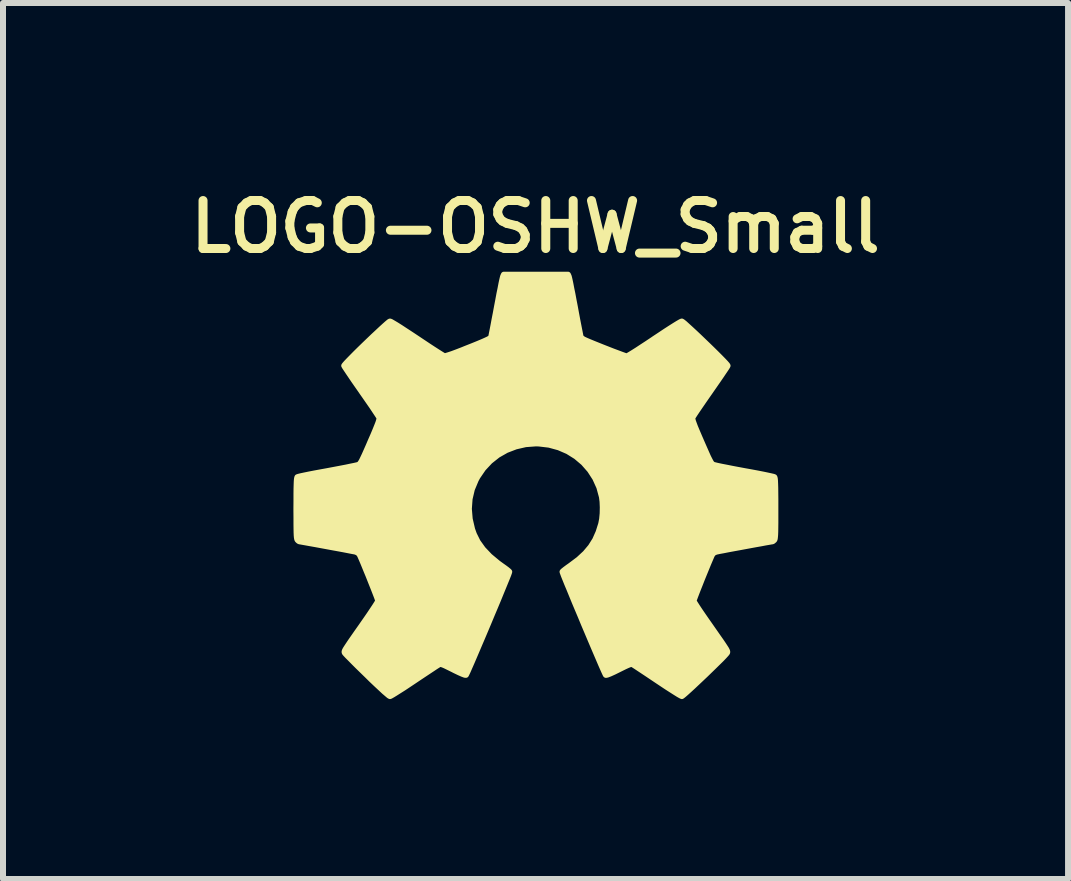
<source format=kicad_pcb>
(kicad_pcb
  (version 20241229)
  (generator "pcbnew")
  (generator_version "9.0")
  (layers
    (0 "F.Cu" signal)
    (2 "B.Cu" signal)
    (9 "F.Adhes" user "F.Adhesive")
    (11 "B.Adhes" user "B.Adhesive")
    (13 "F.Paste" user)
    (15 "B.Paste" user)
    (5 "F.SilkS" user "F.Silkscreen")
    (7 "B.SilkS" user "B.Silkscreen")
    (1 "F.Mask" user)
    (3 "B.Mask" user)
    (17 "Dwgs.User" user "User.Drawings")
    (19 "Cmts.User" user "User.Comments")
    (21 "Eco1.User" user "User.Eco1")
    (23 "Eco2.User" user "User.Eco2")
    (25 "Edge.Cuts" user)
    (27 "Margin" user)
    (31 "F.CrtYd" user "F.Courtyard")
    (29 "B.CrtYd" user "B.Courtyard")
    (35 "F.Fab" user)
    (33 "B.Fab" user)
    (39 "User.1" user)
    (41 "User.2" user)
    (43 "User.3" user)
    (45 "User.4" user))
  (footprint "LOGO-OSHW_Small"
    (layer "F.Cu")
    (at 5.878 5.049)
    (property "Reference" "LOGO-OSHW_Small" (at 0 -4.318 0) (layer "F.SilkS") (effects (font (size 0.8 0.8) (thickness 0.15))))
    (attr through_hole)
    (fp_poly (pts (xy 3.999 0.378) (xy 3.999 0.509) (xy 3.999 0.616) (xy 3.998 0.701) (xy 3.997 0.768) (xy 3.995 0.818) (xy 3.992 0.854) (xy 3.989 0.879) (xy 3.985 0.895) (xy 3.979 0.904) (xy 3.978 0.905) (xy 3.958 0.922) (xy 3.949 0.926) (xy 3.933 0.928) (xy 3.894 0.935) (xy 3.835 0.945) (xy 3.762 0.959) (xy 3.677 0.974) (xy 3.584 0.991) (xy 3.487 1.009) (xy 3.39 1.027) (xy 3.296 1.044) (xy 3.21 1.06) (xy 3.134 1.075) (xy 3.073 1.086) (xy 3.031 1.095) (xy 3.011 1.099) (xy 2.968 1.118) (xy 2.941 1.154) (xy 2.941 1.154) (xy 2.926 1.189) (xy 2.904 1.24) (xy 2.876 1.306) (xy 2.845 1.382) (xy 2.811 1.465) (xy 2.776 1.551) (xy 2.743 1.635) (xy 2.711 1.715) (xy 2.683 1.787) (xy 2.66 1.847) (xy 2.644 1.891) (xy 2.635 1.916) (xy 2.635 1.919) (xy 2.642 1.935) (xy 2.663 1.969) (xy 2.696 2.021) (xy 2.739 2.086) (xy 2.791 2.162) (xy 2.849 2.246) (xy 2.903 2.323) (xy 2.979 2.432) (xy 3.041 2.521) (xy 3.091 2.592) (xy 3.129 2.648) (xy 3.157 2.691) (xy 3.177 2.722) (xy 3.189 2.745) (xy 3.195 2.76) (xy 3.197 2.771) (xy 3.195 2.779) (xy 3.191 2.787) (xy 3.19 2.788) (xy 3.175 2.806) (xy 3.144 2.84) (xy 3.1 2.886) (xy 3.044 2.941) (xy 2.979 3.005) (xy 2.909 3.073) (xy 2.836 3.144) (xy 2.761 3.215) (xy 2.689 3.283) (xy 2.621 3.347) (xy 2.56 3.403) (xy 2.509 3.449) (xy 2.47 3.483) (xy 2.446 3.502) (xy 2.44 3.506) (xy 2.423 3.498) (xy 2.387 3.478) (xy 2.334 3.445) (xy 2.268 3.403) (xy 2.19 3.353) (xy 2.104 3.296) (xy 2.035 3.25) (xy 1.944 3.189) (xy 1.859 3.132) (xy 1.782 3.081) (xy 1.717 3.038) (xy 1.667 3.005) (xy 1.634 2.984) (xy 1.622 2.977) (xy 1.609 2.972) (xy 1.592 2.971) (xy 1.57 2.977) (xy 1.537 2.99) (xy 1.489 3.012) (xy 1.424 3.044) (xy 1.388 3.062) (xy 1.307 3.102) (xy 1.243 3.131) (xy 1.199 3.148) (xy 1.176 3.153) (xy 1.173 3.152) (xy 1.165 3.137) (xy 1.148 3.1) (xy 1.123 3.044) (xy 1.091 2.971) (xy 1.053 2.882) (xy 1.01 2.782) (xy 0.963 2.672) (xy 0.913 2.554) (xy 0.861 2.431) (xy 0.808 2.306) (xy 0.756 2.18) (xy 0.704 2.057) (xy 0.654 1.938) (xy 0.608 1.826) (xy 0.566 1.723) (xy 0.528 1.633) (xy 0.497 1.556) (xy 0.473 1.496) (xy 0.458 1.455) (xy 0.451 1.436) (xy 0.451 1.434) (xy 0.464 1.421) (xy 0.494 1.397) (xy 0.537 1.365) (xy 0.585 1.331) (xy 0.721 1.229) (xy 0.832 1.126) (xy 0.922 1.019) (xy 0.995 0.903) (xy 1.052 0.774) (xy 1.096 0.635) (xy 1.111 0.556) (xy 1.12 0.461) (xy 1.122 0.36) (xy 1.118 0.264) (xy 1.108 0.185) (xy 1.064 0.023) (xy 0.996 -0.127) (xy 0.908 -0.263) (xy 0.801 -0.385) (xy 0.677 -0.49) (xy 0.539 -0.576) (xy 0.389 -0.641) (xy 0.228 -0.685) (xy 0.059 -0.705) (xy 0.007 -0.707) (xy -0.165 -0.694) (xy -0.33 -0.656) (xy -0.486 -0.596) (xy -0.63 -0.514) (xy -0.76 -0.411) (xy -0.873 -0.29) (xy -0.968 -0.151) (xy -0.996 -0.099) (xy -1.061 0.057) (xy -1.099 0.218) (xy -1.111 0.385) (xy -1.097 0.554) (xy -1.057 0.726) (xy -1.027 0.81) (xy -0.965 0.935) (xy -0.877 1.058) (xy -0.764 1.177) (xy -0.627 1.291) (xy -0.572 1.331) (xy -0.521 1.367) (xy -0.478 1.399) (xy -0.449 1.423) (xy -0.438 1.434) (xy -0.442 1.448) (xy -0.455 1.485) (xy -0.477 1.54) (xy -0.507 1.613) (xy -0.543 1.701) (xy -0.584 1.801) (xy -0.629 1.911) (xy -0.678 2.028) (xy -0.73 2.151) (xy -0.782 2.276) (xy -0.835 2.402) (xy -0.887 2.525) (xy -0.938 2.644) (xy -0.986 2.757) (xy -1.03 2.86) (xy -1.069 2.951) (xy -1.103 3.028) (xy -1.129 3.088) (xy -1.149 3.13) (xy -1.159 3.15) (xy -1.16 3.152) (xy -1.177 3.151) (xy -1.215 3.137) (xy -1.274 3.111) (xy -1.351 3.074) (xy -1.374 3.062) (xy -1.449 3.025) (xy -1.504 2.998) (xy -1.543 2.981) (xy -1.57 2.973) (xy -1.588 2.971) (xy -1.603 2.974) (xy -1.609 2.977) (xy -1.628 2.989) (xy -1.666 3.013) (xy -1.72 3.049) (xy -1.788 3.094) (xy -1.868 3.147) (xy -1.955 3.205) (xy -2.022 3.25) (xy -2.112 3.31) (xy -2.196 3.366) (xy -2.272 3.414) (xy -2.335 3.454) (xy -2.384 3.484) (xy -2.416 3.502) (xy -2.426 3.506) (xy -2.442 3.497) (xy -2.474 3.47) (xy -2.522 3.429) (xy -2.582 3.373) (xy -2.654 3.306) (xy -2.735 3.229) (xy -2.807 3.158) (xy -2.888 3.079) (xy -2.964 3.005) (xy -3.031 2.938) (xy -3.088 2.88) (xy -3.133 2.835) (xy -3.163 2.803) (xy -3.176 2.788) (xy -3.176 2.788) (xy -3.181 2.78) (xy -3.183 2.772) (xy -3.182 2.762) (xy -3.177 2.748) (xy -3.166 2.727) (xy -3.147 2.697) (xy -3.12 2.656) (xy -3.084 2.602) (xy -3.036 2.533) (xy -2.976 2.447) (xy -2.902 2.342) (xy -2.889 2.323) (xy -2.827 2.234) (xy -2.769 2.15) (xy -2.719 2.075) (xy -2.677 2.012) (xy -2.646 1.963) (xy -2.627 1.931) (xy -2.621 1.919) (xy -2.626 1.903) (xy -2.639 1.866) (xy -2.66 1.811) (xy -2.686 1.744) (xy -2.717 1.666) (xy -2.75 1.583) (xy -2.784 1.497) (xy -2.819 1.413) (xy -2.851 1.334) (xy -2.88 1.264) (xy -2.905 1.206) (xy -2.923 1.165) (xy -2.928 1.154) (xy -2.955 1.118) (xy -2.997 1.099) (xy -2.997 1.099) (xy -3.019 1.094) (xy -3.063 1.086) (xy -3.125 1.074) (xy -3.202 1.059) (xy -3.289 1.043) (xy -3.383 1.026) (xy -3.48 1.008) (xy -3.577 0.99) (xy -3.669 0.973) (xy -3.754 0.958) (xy -3.826 0.945) (xy -3.883 0.935) (xy -3.921 0.928) (xy -3.936 0.926) (xy -3.95 0.918) (xy -3.964 0.905) (xy -3.97 0.897) (xy -3.974 0.883) (xy -3.978 0.861) (xy -3.981 0.828) (xy -3.983 0.781) (xy -3.984 0.719) (xy -3.985 0.638) (xy -3.985 0.537) (xy -3.986 0.412) (xy -3.986 0.378) (xy -3.985 0.243) (xy -3.985 0.132) (xy -3.984 0.044) (xy -3.982 -0.025) (xy -3.98 -0.076) (xy -3.977 -0.111) (xy -3.973 -0.132) (xy -3.969 -0.143) (xy -3.968 -0.143) (xy -3.951 -0.149) (xy -3.911 -0.159) (xy -3.85 -0.172) (xy -3.772 -0.188) (xy -3.679 -0.206) (xy -3.576 -0.225) (xy -3.471 -0.244) (xy -3.359 -0.265) (xy -3.254 -0.285) (xy -3.16 -0.303) (xy -3.079 -0.32) (xy -3.015 -0.333) (xy -2.971 -0.343) (xy -2.951 -0.349) (xy -2.939 -0.356) (xy -2.926 -0.368) (xy -2.913 -0.386) (xy -2.896 -0.414) (xy -2.876 -0.455) (xy -2.85 -0.51) (xy -2.817 -0.584) (xy -2.776 -0.677) (xy -2.751 -0.736) (xy -2.704 -0.843) (xy -2.668 -0.929) (xy -2.641 -0.996) (xy -2.621 -1.047) (xy -2.609 -1.084) (xy -2.603 -1.11) (xy -2.601 -1.128) (xy -2.604 -1.138) (xy -2.614 -1.156) (xy -2.638 -1.193) (xy -2.674 -1.247) (xy -2.719 -1.315) (xy -2.773 -1.393) (xy -2.834 -1.481) (xy -2.899 -1.574) (xy -2.902 -1.579) (xy -2.967 -1.672) (xy -3.027 -1.758) (xy -3.079 -1.835) (xy -3.123 -1.9) (xy -3.157 -1.951) (xy -3.18 -1.986) (xy -3.188 -2.002) (xy -3.189 -2.002) (xy -3.179 -2.016) (xy -3.153 -2.046) (xy -3.112 -2.089) (xy -3.059 -2.143) (xy -2.997 -2.206) (xy -2.928 -2.274) (xy -2.855 -2.345) (xy -2.78 -2.417) (xy -2.706 -2.488) (xy -2.635 -2.554) (xy -2.571 -2.614) (xy -2.515 -2.665) (xy -2.471 -2.704) (xy -2.44 -2.73) (xy -2.425 -2.738) (xy -2.408 -2.731) (xy -2.372 -2.71) (xy -2.318 -2.678) (xy -2.25 -2.635) (xy -2.171 -2.583) (xy -2.082 -2.525) (xy -1.987 -2.462) (xy -1.972 -2.452) (xy -1.876 -2.388) (xy -1.786 -2.328) (xy -1.705 -2.275) (xy -1.635 -2.23) (xy -1.578 -2.194) (xy -1.539 -2.17) (xy -1.518 -2.16) (xy -1.517 -2.16) (xy -1.496 -2.163) (xy -1.452 -2.176) (xy -1.388 -2.197) (xy -1.308 -2.227) (xy -1.212 -2.264) (xy -1.166 -2.283) (xy -1.052 -2.328) (xy -0.961 -2.365) (xy -0.889 -2.395) (xy -0.835 -2.419) (xy -0.796 -2.437) (xy -0.769 -2.451) (xy -0.753 -2.463) (xy -0.743 -2.473) (xy -0.738 -2.483) (xy -0.738 -2.484) (xy -0.734 -2.502) (xy -0.726 -2.543) (xy -0.714 -2.603) (xy -0.699 -2.681) (xy -0.682 -2.773) (xy -0.662 -2.875) (xy -0.642 -2.983) (xy -0.621 -3.093) (xy -0.602 -3.196) (xy -0.583 -3.288) (xy -0.568 -3.367) (xy -0.555 -3.428) (xy -0.545 -3.47) (xy -0.54 -3.489) (xy -0.527 -3.519) (xy 0.007 -3.519) (xy 0.541 -3.519) (xy 0.554 -3.489) (xy 0.559 -3.47) (xy 0.569 -3.427) (xy 0.582 -3.365) (xy 0.597 -3.286) (xy 0.616 -3.194) (xy 0.635 -3.091) (xy 0.656 -2.983) (xy 0.676 -2.874) (xy 0.695 -2.772) (xy 0.713 -2.68) (xy 0.728 -2.603) (xy 0.74 -2.542) (xy 0.748 -2.501) (xy 0.752 -2.484) (xy 0.767 -2.463) (xy 0.798 -2.441) (xy 0.808 -2.436) (xy 0.845 -2.419) (xy 0.899 -2.396) (xy 0.967 -2.368) (xy 1.044 -2.337) (xy 1.126 -2.304) (xy 1.21 -2.271) (xy 1.292 -2.239) (xy 1.367 -2.211) (xy 1.431 -2.187) (xy 1.481 -2.169) (xy 1.513 -2.158) (xy 1.521 -2.157) (xy 1.538 -2.164) (xy 1.574 -2.185) (xy 1.627 -2.217) (xy 1.695 -2.26) (xy 1.774 -2.312) (xy 1.863 -2.37) (xy 1.959 -2.434) (xy 1.979 -2.448) (xy 2.076 -2.512) (xy 2.166 -2.572) (xy 2.248 -2.625) (xy 2.319 -2.67) (xy 2.376 -2.705) (xy 2.416 -2.728) (xy 2.437 -2.738) (xy 2.439 -2.738) (xy 2.454 -2.729) (xy 2.485 -2.704) (xy 2.529 -2.664) (xy 2.585 -2.613) (xy 2.65 -2.553) (xy 2.72 -2.487) (xy 2.794 -2.416) (xy 2.869 -2.344) (xy 2.942 -2.273) (xy 3.011 -2.205) (xy 3.073 -2.143) (xy 3.126 -2.089) (xy 3.167 -2.046) (xy 3.193 -2.016) (xy 3.202 -2.002) (xy 3.195 -1.988) (xy 3.174 -1.955) (xy 3.14 -1.905) (xy 3.097 -1.841) (xy 3.045 -1.765) (xy 2.986 -1.68) (xy 2.922 -1.588) (xy 2.916 -1.579) (xy 2.851 -1.486) (xy 2.79 -1.398) (xy 2.736 -1.319) (xy 2.689 -1.25) (xy 2.653 -1.196) (xy 2.628 -1.157) (xy 2.617 -1.138) (xy 2.617 -1.138) (xy 2.615 -1.125) (xy 2.617 -1.106) (xy 2.624 -1.078) (xy 2.638 -1.039) (xy 2.658 -0.985) (xy 2.687 -0.915) (xy 2.725 -0.826) (xy 2.764 -0.736) (xy 2.81 -0.631) (xy 2.847 -0.547) (xy 2.876 -0.482) (xy 2.9 -0.434) (xy 2.918 -0.4) (xy 2.933 -0.376) (xy 2.946 -0.362) (xy 2.958 -0.353) (xy 2.965 -0.349) (xy 2.988 -0.343) (xy 3.033 -0.332) (xy 3.099 -0.318) (xy 3.182 -0.302) (xy 3.277 -0.283) (xy 3.383 -0.263) (xy 3.485 -0.244) (xy 3.596 -0.224) (xy 3.698 -0.205) (xy 3.79 -0.187) (xy 3.867 -0.171) (xy 3.927 -0.158) (xy 3.966 -0.149) (xy 3.982 -0.143) (xy 3.986 -0.134) (xy 3.99 -0.114) (xy 3.993 -0.081) (xy 3.995 -0.033) (xy 3.997 0.033) (xy 3.998 0.119) (xy 3.999 0.226) (xy 3.999 0.358) (xy 3.999 0.378)) (stroke (width 0.1) (type solid)) (fill yes) (layer "F.SilkS")))
  (gr_rect
    (start -3 -3)
    (end 14.757 11.605)
    (stroke (width 0.1) (type default))
    (fill no)
    (layer "Edge.Cuts")))
</source>
